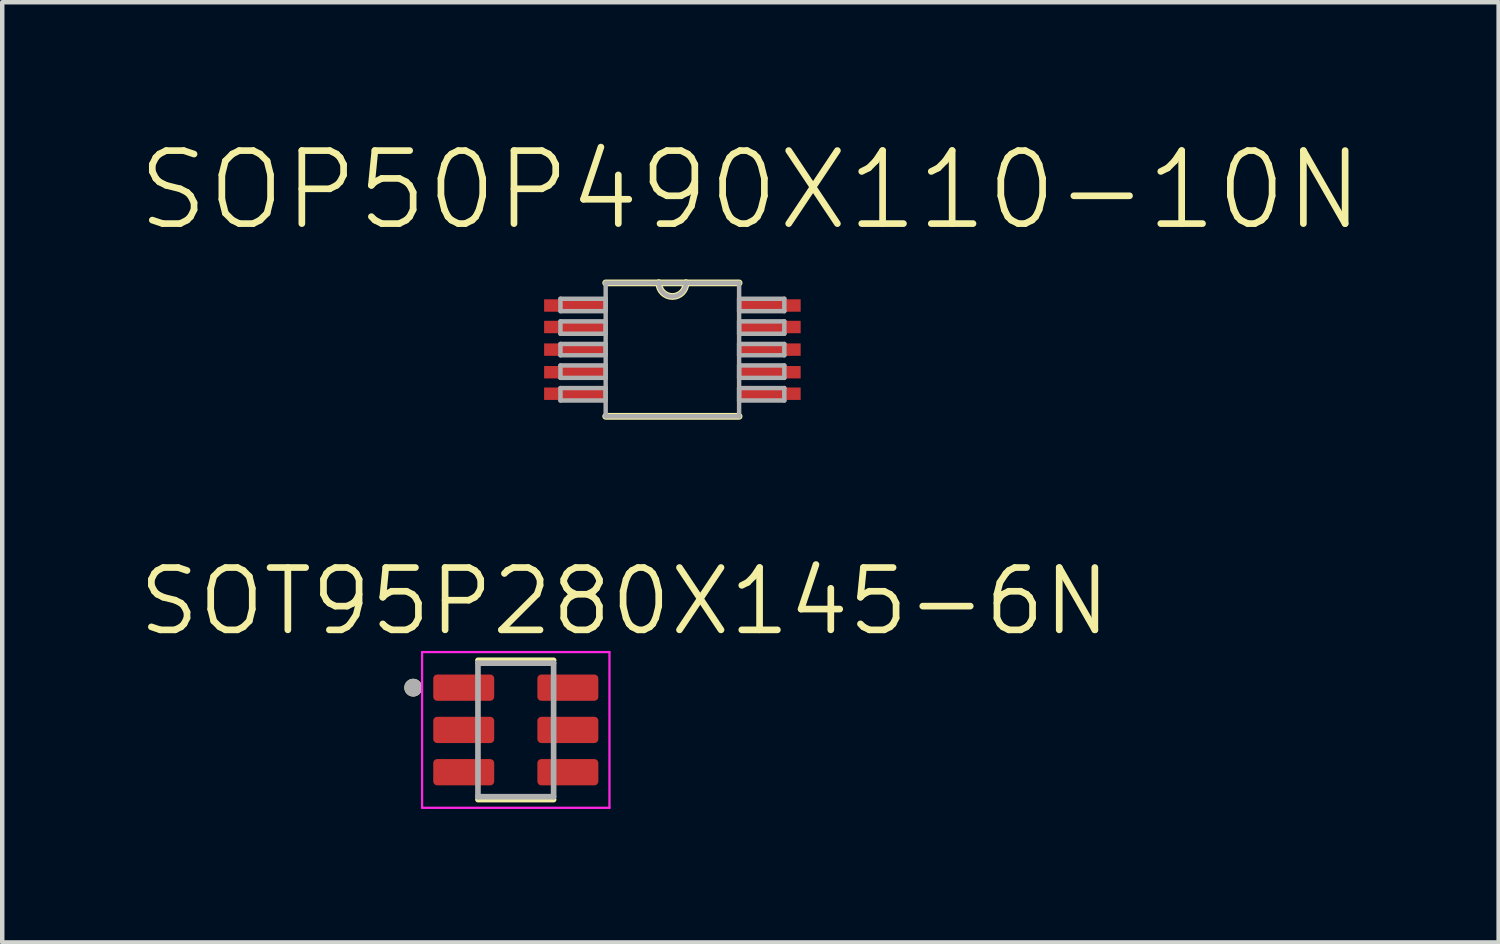
<source format=kicad_pcb>
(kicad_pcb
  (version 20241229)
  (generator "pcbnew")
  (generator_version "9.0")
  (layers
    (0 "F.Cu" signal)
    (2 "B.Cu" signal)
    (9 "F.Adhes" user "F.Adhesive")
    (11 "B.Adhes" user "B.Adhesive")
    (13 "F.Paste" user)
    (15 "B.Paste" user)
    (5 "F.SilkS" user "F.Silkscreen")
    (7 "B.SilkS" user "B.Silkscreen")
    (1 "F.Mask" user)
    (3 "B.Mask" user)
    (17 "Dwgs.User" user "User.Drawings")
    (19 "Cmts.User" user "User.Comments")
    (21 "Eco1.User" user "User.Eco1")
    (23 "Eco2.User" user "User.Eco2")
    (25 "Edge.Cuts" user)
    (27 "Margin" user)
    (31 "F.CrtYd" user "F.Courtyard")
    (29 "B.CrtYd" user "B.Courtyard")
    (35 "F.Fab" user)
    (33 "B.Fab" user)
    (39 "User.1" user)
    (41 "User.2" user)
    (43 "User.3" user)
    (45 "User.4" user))
  (footprint "SOP50P490X110-10N"
    (layer "F.Cu")
    (at 12.059 4.806)
    (property "Reference" "SOP50P490X110-10N" (at 1.754 -3.583 0) (layer "F.SilkS") (effects (font (size 1.641 1.641) (thickness 0.15))))
    (attr through_hole)
    (fp_line (start -1.499 1.499) (end 1.499 1.499) (stroke (width 0.152) (type solid)) (layer "F.SilkS"))
    (fp_line (start -0.305 -1.499) (end -1.499 -1.499) (stroke (width 0.152) (type solid)) (layer "F.SilkS"))
    (fp_line (start 0.305 -1.499) (end -0.305 -1.499) (stroke (width 0.152) (type solid)) (layer "F.SilkS"))
    (fp_line (start 1.499 -1.499) (end 0.305 -1.499) (stroke (width 0.152) (type solid)) (layer "F.SilkS"))
    (fp_arc (start 0.3048 -1.4986) (mid 0 -1.1938) (end -0.3048 -1.4986) (stroke (width 0.1524) (type solid)) (layer "F.SilkS"))
    (fp_line (start -2.515 -1.143) (end -2.515 -0.864) (stroke (width 0.1) (type solid)) (layer "F.Fab"))
    (fp_line (start -2.515 -0.864) (end -1.499 -0.864) (stroke (width 0.1) (type solid)) (layer "F.Fab"))
    (fp_line (start -2.515 -0.635) (end -2.515 -0.356) (stroke (width 0.1) (type solid)) (layer "F.Fab"))
    (fp_line (start -2.515 -0.356) (end -1.499 -0.356) (stroke (width 0.1) (type solid)) (layer "F.Fab"))
    (fp_line (start -2.515 -0.127) (end -2.515 0.127) (stroke (width 0.1) (type solid)) (layer "F.Fab"))
    (fp_line (start -2.515 0.127) (end -1.499 0.127) (stroke (width 0.1) (type solid)) (layer "F.Fab"))
    (fp_line (start -2.515 0.356) (end -2.515 0.635) (stroke (width 0.1) (type solid)) (layer "F.Fab"))
    (fp_line (start -2.515 0.635) (end -1.499 0.635) (stroke (width 0.1) (type solid)) (layer "F.Fab"))
    (fp_line (start -2.515 0.864) (end -2.515 1.143) (stroke (width 0.1) (type solid)) (layer "F.Fab"))
    (fp_line (start -2.515 1.143) (end -1.499 1.143) (stroke (width 0.1) (type solid)) (layer "F.Fab"))
    (fp_line (start -1.499 -1.499) (end -1.499 1.499) (stroke (width 0.1) (type solid)) (layer "F.Fab"))
    (fp_line (start -1.499 -1.143) (end -2.515 -1.143) (stroke (width 0.1) (type solid)) (layer "F.Fab"))
    (fp_line (start -1.499 -0.864) (end -1.499 -1.143) (stroke (width 0.1) (type solid)) (layer "F.Fab"))
    (fp_line (start -1.499 -0.635) (end -2.515 -0.635) (stroke (width 0.1) (type solid)) (layer "F.Fab"))
    (fp_line (start -1.499 -0.356) (end -1.499 -0.635) (stroke (width 0.1) (type solid)) (layer "F.Fab"))
    (fp_line (start -1.499 -0.127) (end -2.515 -0.127) (stroke (width 0.1) (type solid)) (layer "F.Fab"))
    (fp_line (start -1.499 0.127) (end -1.499 -0.127) (stroke (width 0.1) (type solid)) (layer "F.Fab"))
    (fp_line (start -1.499 0.356) (end -2.515 0.356) (stroke (width 0.1) (type solid)) (layer "F.Fab"))
    (fp_line (start -1.499 0.635) (end -1.499 0.356) (stroke (width 0.1) (type solid)) (layer "F.Fab"))
    (fp_line (start -1.499 0.864) (end -2.515 0.864) (stroke (width 0.1) (type solid)) (layer "F.Fab"))
    (fp_line (start -1.499 1.143) (end -1.499 0.864) (stroke (width 0.1) (type solid)) (layer "F.Fab"))
    (fp_line (start -1.499 1.499) (end 1.499 1.499) (stroke (width 0.1) (type solid)) (layer "F.Fab"))
    (fp_line (start -0.305 -1.499) (end -1.499 -1.499) (stroke (width 0.1) (type solid)) (layer "F.Fab"))
    (fp_line (start 0.305 -1.499) (end -0.305 -1.499) (stroke (width 0.1) (type solid)) (layer "F.Fab"))
    (fp_line (start 1.499 -1.499) (end 0.305 -1.499) (stroke (width 0.1) (type solid)) (layer "F.Fab"))
    (fp_line (start 1.499 -1.143) (end 1.499 -0.864) (stroke (width 0.1) (type solid)) (layer "F.Fab"))
    (fp_line (start 1.499 -0.864) (end 2.515 -0.864) (stroke (width 0.1) (type solid)) (layer "F.Fab"))
    (fp_line (start 1.499 -0.635) (end 1.499 -0.356) (stroke (width 0.1) (type solid)) (layer "F.Fab"))
    (fp_line (start 1.499 -0.356) (end 2.515 -0.356) (stroke (width 0.1) (type solid)) (layer "F.Fab"))
    (fp_line (start 1.499 -0.127) (end 1.499 0.127) (stroke (width 0.1) (type solid)) (layer "F.Fab"))
    (fp_line (start 1.499 0.127) (end 2.515 0.127) (stroke (width 0.1) (type solid)) (layer "F.Fab"))
    (fp_line (start 1.499 0.356) (end 1.499 0.635) (stroke (width 0.1) (type solid)) (layer "F.Fab"))
    (fp_line (start 1.499 0.635) (end 2.515 0.635) (stroke (width 0.1) (type solid)) (layer "F.Fab"))
    (fp_line (start 1.499 0.864) (end 1.499 1.143) (stroke (width 0.1) (type solid)) (layer "F.Fab"))
    (fp_line (start 1.499 1.143) (end 2.515 1.143) (stroke (width 0.1) (type solid)) (layer "F.Fab"))
    (fp_line (start 1.499 1.499) (end 1.499 -1.499) (stroke (width 0.1) (type solid)) (layer "F.Fab"))
    (fp_line (start 2.515 -1.143) (end 1.499 -1.143) (stroke (width 0.1) (type solid)) (layer "F.Fab"))
    (fp_line (start 2.515 -0.864) (end 2.515 -1.143) (stroke (width 0.1) (type solid)) (layer "F.Fab"))
    (fp_line (start 2.515 -0.635) (end 1.499 -0.635) (stroke (width 0.1) (type solid)) (layer "F.Fab"))
    (fp_line (start 2.515 -0.356) (end 2.515 -0.635) (stroke (width 0.1) (type solid)) (layer "F.Fab"))
    (fp_line (start 2.515 -0.127) (end 1.499 -0.127) (stroke (width 0.1) (type solid)) (layer "F.Fab"))
    (fp_line (start 2.515 0.127) (end 2.515 -0.127) (stroke (width 0.1) (type solid)) (layer "F.Fab"))
    (fp_line (start 2.515 0.356) (end 1.499 0.356) (stroke (width 0.1) (type solid)) (layer "F.Fab"))
    (fp_line (start 2.515 0.635) (end 2.515 0.356) (stroke (width 0.1) (type solid)) (layer "F.Fab"))
    (fp_line (start 2.515 0.864) (end 1.499 0.864) (stroke (width 0.1) (type solid)) (layer "F.Fab"))
    (fp_line (start 2.515 1.143) (end 2.515 0.864) (stroke (width 0.1) (type solid)) (layer "F.Fab"))
    (fp_arc (start 0.3048 -1.4986) (mid 0 -1.1938) (end -0.3048 -1.4986) (stroke (width 0.1) (type solid)) (layer "F.Fab"))
    (pad "1" smd rect (at -2.184 -0.991) (size 1.397 0.279) (layers "F.Cu" "F.Mask" "F.Paste"))
    (pad "2" smd rect (at -2.184 -0.508) (size 1.397 0.279) (layers "F.Cu" "F.Mask" "F.Paste"))
    (pad "3" smd rect (at -2.184 0) (size 1.397 0.279) (layers "F.Cu" "F.Mask" "F.Paste"))
    (pad "4" smd rect (at -2.184 0.508) (size 1.397 0.279) (layers "F.Cu" "F.Mask" "F.Paste"))
    (pad "5" smd rect (at -2.184 0.991) (size 1.397 0.279) (layers "F.Cu" "F.Mask" "F.Paste"))
    (pad "6" smd rect (at 2.184 0.991) (size 1.397 0.279) (layers "F.Cu" "F.Mask" "F.Paste"))
    (pad "7" smd rect (at 2.184 0.508) (size 1.397 0.279) (layers "F.Cu" "F.Mask" "F.Paste"))
    (pad "8" smd rect (at 2.184 0) (size 1.397 0.279) (layers "F.Cu" "F.Mask" "F.Paste"))
    (pad "9" smd rect (at 2.184 -0.508) (size 1.397 0.279) (layers "F.Cu" "F.Mask" "F.Paste"))
    (pad "10" smd rect (at 2.184 -0.991) (size 1.397 0.279) (layers "F.Cu" "F.Mask" "F.Paste")))
  (footprint "SOT95P280X145-6N"
    (layer "F.Cu")
    (at 8.54 13.352)
    (property "Reference" "SOT95P280X145-6N" (at 2.445 -2.889 0) (layer "F.SilkS") (effects (font (size 1.4 1.4) (thickness 0.15))))
    (attr through_hole)
    (fp_line (start -0.85 -1.565) (end 0.85 -1.565) (stroke (width 0.127) (type solid)) (layer "F.SilkS"))
    (fp_line (start 0.85 1.565) (end -0.85 1.565) (stroke (width 0.127) (type solid)) (layer "F.SilkS"))
    (fp_circle (center -2.305 -0.95) (end -2.205 -0.95) (stroke (width 0.2) (type solid)) (fill no) (layer "F.SilkS"))
    (fp_line (start -2.105 -1.75) (end 2.105 -1.75) (stroke (width 0.05) (type solid)) (layer "F.CrtYd"))
    (fp_line (start -2.105 1.75) (end -2.105 -1.75) (stroke (width 0.05) (type solid)) (layer "F.CrtYd"))
    (fp_line (start 2.105 -1.75) (end 2.105 1.75) (stroke (width 0.05) (type solid)) (layer "F.CrtYd"))
    (fp_line (start 2.105 1.75) (end -2.105 1.75) (stroke (width 0.05) (type solid)) (layer "F.CrtYd"))
    (fp_line (start -0.85 -1.5) (end 0.85 -1.5) (stroke (width 0.127) (type solid)) (layer "F.Fab"))
    (fp_line (start -0.85 1.5) (end -0.85 -1.5) (stroke (width 0.127) (type solid)) (layer "F.Fab"))
    (fp_line (start 0.85 -1.5) (end 0.85 1.5) (stroke (width 0.127) (type solid)) (layer "F.Fab"))
    (fp_line (start 0.85 1.5) (end -0.85 1.5) (stroke (width 0.127) (type solid)) (layer "F.Fab"))
    (fp_circle (center -2.305 -0.95) (end -2.205 -0.95) (stroke (width 0.2) (type solid)) (fill no) (layer "F.Fab"))
    (pad "1" smd roundrect (at -1.17 -0.95) (size 1.37 0.59) (layers "F.Cu" "F.Mask" "F.Paste") (roundrect_rratio 0.15))
    (pad "2" smd roundrect (at -1.17 0) (size 1.37 0.59) (layers "F.Cu" "F.Mask" "F.Paste") (roundrect_rratio 0.15))
    (pad "3" smd roundrect (at -1.17 0.95) (size 1.37 0.59) (layers "F.Cu" "F.Mask" "F.Paste") (roundrect_rratio 0.15))
    (pad "4" smd roundrect (at 1.17 0.95 180) (size 1.37 0.59) (layers "F.Cu" "F.Mask" "F.Paste") (roundrect_rratio 0.15))
    (pad "5" smd roundrect (at 1.17 0 180) (size 1.37 0.59) (layers "F.Cu" "F.Mask" "F.Paste") (roundrect_rratio 0.15))
    (pad "6" smd roundrect (at 1.17 -0.95 180) (size 1.37 0.59) (layers "F.Cu" "F.Mask" "F.Paste") (roundrect_rratio 0.15)))
  (gr_rect
    (start -3 -3)
    (end 30.625 18.127)
    (stroke (width 0.1) (type default))
    (fill no)
    (layer "Edge.Cuts")))
</source>
